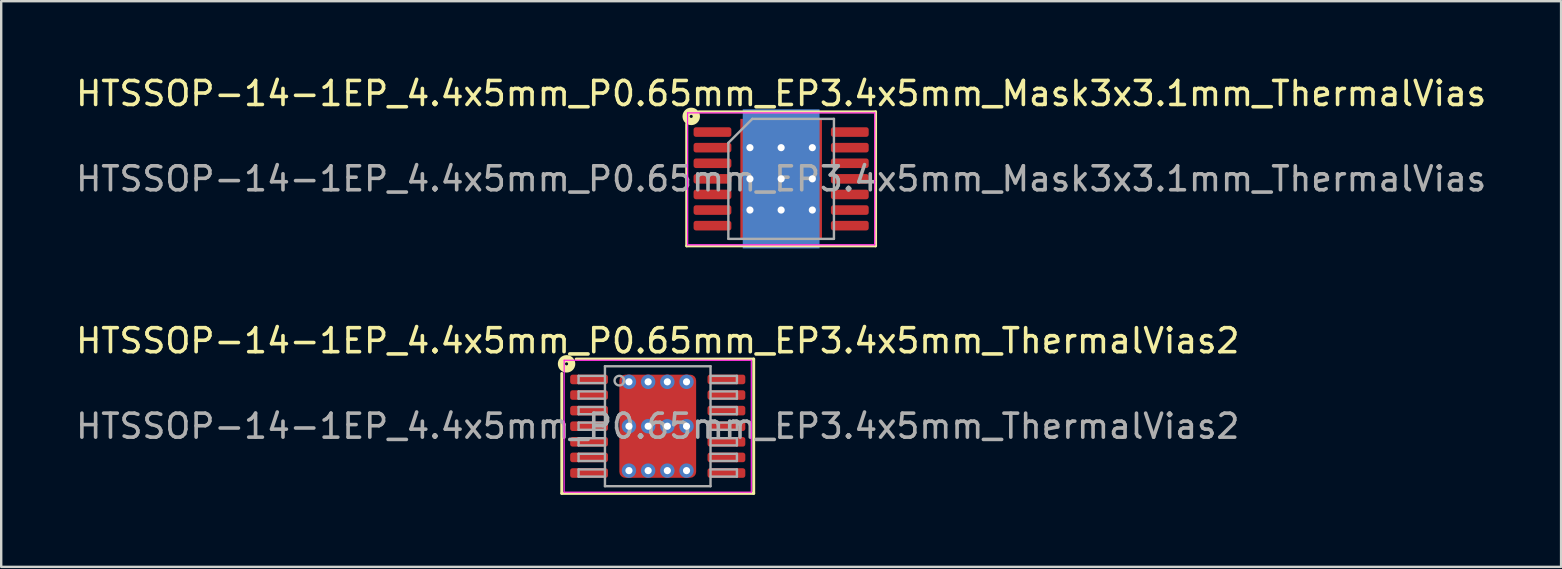
<source format=kicad_pcb>
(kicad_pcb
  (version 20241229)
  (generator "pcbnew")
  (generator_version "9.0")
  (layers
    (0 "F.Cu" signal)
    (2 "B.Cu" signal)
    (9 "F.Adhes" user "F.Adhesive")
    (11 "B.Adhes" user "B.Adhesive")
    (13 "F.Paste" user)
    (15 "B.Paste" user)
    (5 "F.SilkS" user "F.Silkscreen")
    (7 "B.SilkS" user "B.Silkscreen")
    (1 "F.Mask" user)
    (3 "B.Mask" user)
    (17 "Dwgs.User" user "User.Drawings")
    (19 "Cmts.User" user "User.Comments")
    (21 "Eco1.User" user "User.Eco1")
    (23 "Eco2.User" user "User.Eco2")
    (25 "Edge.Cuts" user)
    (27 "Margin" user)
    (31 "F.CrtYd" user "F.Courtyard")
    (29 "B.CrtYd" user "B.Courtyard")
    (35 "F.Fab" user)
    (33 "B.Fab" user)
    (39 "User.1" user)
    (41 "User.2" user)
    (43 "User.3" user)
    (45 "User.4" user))
  (footprint "HTSSOP-14-1EP_4.4x5mm_P0.65mm_EP3.4x5mm_ThermalVias2"
    (layer "F.Cu")
    (at 24.363 14.714)
    (property "Reference" "HTSSOP-14-1EP_4.4x5mm_P0.65mm_EP3.4x5mm_ThermalVias2" (at 0 -3.562 0) (layer "F.SilkS") (effects (font (size 1 1) (thickness 0.15))))
    (attr smd)
    (fp_line (start -4 -2.2) (end -4 2.8) (stroke (width 0.12) (type solid)) (layer "F.SilkS"))
    (fp_line (start -4 2.8) (end 4 2.8) (stroke (width 0.12) (type solid)) (layer "F.SilkS"))
    (fp_line (start 4 -2.8) (end -3.4 -2.8) (stroke (width 0.12) (type solid)) (layer "F.SilkS"))
    (fp_line (start 4 2.8) (end 4 -2.8) (stroke (width 0.12) (type solid)) (layer "F.SilkS"))
    (fp_circle (center -3.8 -2.6) (end -3.736 -2.6) (stroke (width 0.3) (type solid)) (fill no) (layer "F.SilkS"))
    (fp_line (start -3.9 -2.75) (end -3.9 2.75) (stroke (width 0.05) (type solid)) (layer "F.CrtYd"))
    (fp_line (start -3.9 2.75) (end 3.9 2.75) (stroke (width 0.05) (type solid)) (layer "F.CrtYd"))
    (fp_line (start 3.9 -2.75) (end -3.9 -2.75) (stroke (width 0.05) (type solid)) (layer "F.CrtYd"))
    (fp_line (start 3.9 2.75) (end 3.9 -2.75) (stroke (width 0.05) (type solid)) (layer "F.CrtYd"))
    (fp_line (start -3.3 -2.1) (end -3.3 -1.8) (stroke (width 0.1) (type solid)) (layer "F.Fab"))
    (fp_line (start -3.3 -2.1) (end -2.2 -2.1) (stroke (width 0.1) (type solid)) (layer "F.Fab"))
    (fp_line (start -3.3 -1.8) (end -2.2 -1.8) (stroke (width 0.1) (type solid)) (layer "F.Fab"))
    (fp_line (start -3.3 -1.45) (end -3.3 -1.15) (stroke (width 0.1) (type solid)) (layer "F.Fab"))
    (fp_line (start -3.3 -1.45) (end -2.2 -1.45) (stroke (width 0.1) (type solid)) (layer "F.Fab"))
    (fp_line (start -3.3 -1.15) (end -2.2 -1.15) (stroke (width 0.1) (type solid)) (layer "F.Fab"))
    (fp_line (start -3.3 -0.8) (end -3.3 -0.5) (stroke (width 0.1) (type solid)) (layer "F.Fab"))
    (fp_line (start -3.3 -0.8) (end -2.2 -0.8) (stroke (width 0.1) (type solid)) (layer "F.Fab"))
    (fp_line (start -3.3 -0.5) (end -2.2 -0.5) (stroke (width 0.1) (type solid)) (layer "F.Fab"))
    (fp_line (start -3.3 -0.15) (end -3.3 0.15) (stroke (width 0.1) (type solid)) (layer "F.Fab"))
    (fp_line (start -3.3 -0.15) (end -2.2 -0.15) (stroke (width 0.1) (type solid)) (layer "F.Fab"))
    (fp_line (start -3.3 0.15) (end -2.2 0.15) (stroke (width 0.1) (type solid)) (layer "F.Fab"))
    (fp_line (start -3.3 0.5) (end -3.3 0.8) (stroke (width 0.1) (type solid)) (layer "F.Fab"))
    (fp_line (start -3.3 0.5) (end -2.2 0.5) (stroke (width 0.1) (type solid)) (layer "F.Fab"))
    (fp_line (start -3.3 0.8) (end -2.2 0.8) (stroke (width 0.1) (type solid)) (layer "F.Fab"))
    (fp_line (start -3.3 1.15) (end -3.3 1.45) (stroke (width 0.1) (type solid)) (layer "F.Fab"))
    (fp_line (start -3.3 1.15) (end -2.2 1.15) (stroke (width 0.1) (type solid)) (layer "F.Fab"))
    (fp_line (start -3.3 1.45) (end -2.2 1.45) (stroke (width 0.1) (type solid)) (layer "F.Fab"))
    (fp_line (start -3.3 1.8) (end -3.3 2.1) (stroke (width 0.1) (type solid)) (layer "F.Fab"))
    (fp_line (start -3.3 1.8) (end -2.2 1.8) (stroke (width 0.1) (type solid)) (layer "F.Fab"))
    (fp_line (start -3.3 2.1) (end -2.2 2.1) (stroke (width 0.1) (type solid)) (layer "F.Fab"))
    (fp_line (start -2.2 -2.5) (end 2.2 -2.5) (stroke (width 0.1) (type solid)) (layer "F.Fab"))
    (fp_line (start -2.2 2.5) (end -2.2 -2.5) (stroke (width 0.1) (type solid)) (layer "F.Fab"))
    (fp_line (start 2.2 -2.5) (end 2.2 2.5) (stroke (width 0.1) (type solid)) (layer "F.Fab"))
    (fp_line (start 2.2 2.5) (end -2.2 2.5) (stroke (width 0.1) (type solid)) (layer "F.Fab"))
    (fp_line (start 3.3 -2.1) (end 2.2 -2.1) (stroke (width 0.1) (type solid)) (layer "F.Fab"))
    (fp_line (start 3.3 -1.8) (end 2.2 -1.8) (stroke (width 0.1) (type solid)) (layer "F.Fab"))
    (fp_line (start 3.3 -1.8) (end 3.3 -2.1) (stroke (width 0.1) (type solid)) (layer "F.Fab"))
    (fp_line (start 3.3 -1.45) (end 2.2 -1.45) (stroke (width 0.1) (type solid)) (layer "F.Fab"))
    (fp_line (start 3.3 -1.15) (end 2.2 -1.15) (stroke (width 0.1) (type solid)) (layer "F.Fab"))
    (fp_line (start 3.3 -1.15) (end 3.3 -1.45) (stroke (width 0.1) (type solid)) (layer "F.Fab"))
    (fp_line (start 3.3 -0.8) (end 2.2 -0.8) (stroke (width 0.1) (type solid)) (layer "F.Fab"))
    (fp_line (start 3.3 -0.5) (end 2.2 -0.5) (stroke (width 0.1) (type solid)) (layer "F.Fab"))
    (fp_line (start 3.3 -0.5) (end 3.3 -0.8) (stroke (width 0.1) (type solid)) (layer "F.Fab"))
    (fp_line (start 3.3 -0.15) (end 2.2 -0.15) (stroke (width 0.1) (type solid)) (layer "F.Fab"))
    (fp_line (start 3.3 0.15) (end 2.2 0.15) (stroke (width 0.1) (type solid)) (layer "F.Fab"))
    (fp_line (start 3.3 0.15) (end 3.3 -0.15) (stroke (width 0.1) (type solid)) (layer "F.Fab"))
    (fp_line (start 3.3 0.5) (end 2.2 0.5) (stroke (width 0.1) (type solid)) (layer "F.Fab"))
    (fp_line (start 3.3 0.8) (end 2.2 0.8) (stroke (width 0.1) (type solid)) (layer "F.Fab"))
    (fp_line (start 3.3 0.8) (end 3.3 0.5) (stroke (width 0.1) (type solid)) (layer "F.Fab"))
    (fp_line (start 3.3 1.15) (end 2.2 1.15) (stroke (width 0.1) (type solid)) (layer "F.Fab"))
    (fp_line (start 3.3 1.45) (end 2.2 1.45) (stroke (width 0.1) (type solid)) (layer "F.Fab"))
    (fp_line (start 3.3 1.45) (end 3.3 1.15) (stroke (width 0.1) (type solid)) (layer "F.Fab"))
    (fp_line (start 3.3 1.8) (end 2.2 1.8) (stroke (width 0.1) (type solid)) (layer "F.Fab"))
    (fp_line (start 3.3 2.1) (end 2.2 2.1) (stroke (width 0.1) (type solid)) (layer "F.Fab"))
    (fp_line (start 3.3 2.1) (end 3.3 1.8) (stroke (width 0.1) (type solid)) (layer "F.Fab"))
    (fp_circle (center -1.6 -1.9) (end -1.4 -1.9) (stroke (width 0.1) (type solid)) (fill no) (layer "F.Fab"))
    (fp_text user "${REFERENCE}" (at 0 0 0) (layer "F.Fab") (effects (font (size 1 1) (thickness 0.15))))
    (pad "" smd roundrect (at -0.725 -0.925) (size 1.15 0.95) (layers "F.Paste") (roundrect_rratio 0.25))
    (pad "" smd roundrect (at -0.725 0.925) (size 1.15 0.95) (layers "F.Paste") (roundrect_rratio 0.25))
    (pad "" smd roundrect (at 0 -0.925) (size 3 1.25) (layers "F.Mask") (roundrect_rratio 0.2))
    (pad "" smd roundrect (at 0 0.925) (size 3 1.25) (layers "F.Mask") (roundrect_rratio 0.2))
    (pad "" smd roundrect (at 0.725 -0.925) (size 1.15 0.95) (layers "F.Paste") (roundrect_rratio 0.25))
    (pad "" smd roundrect (at 0.725 0.925) (size 1.15 0.95) (layers "F.Paste") (roundrect_rratio 0.25))
    (pad "1" smd roundrect (at -2.862 -1.95) (size 1.575 0.4) (layers "F.Cu" "F.Mask" "F.Paste") (roundrect_rratio 0.25))
    (pad "2" smd roundrect (at -2.862 -1.3) (size 1.575 0.4) (layers "F.Cu" "F.Mask" "F.Paste") (roundrect_rratio 0.25))
    (pad "3" smd roundrect (at -2.862 -0.65) (size 1.575 0.4) (layers "F.Cu" "F.Mask" "F.Paste") (roundrect_rratio 0.25))
    (pad "4" smd roundrect (at -2.862 0) (size 1.575 0.4) (layers "F.Cu" "F.Mask" "F.Paste") (roundrect_rratio 0.25))
    (pad "5" smd roundrect (at -2.862 0.65) (size 1.575 0.4) (layers "F.Cu" "F.Mask" "F.Paste") (roundrect_rratio 0.25))
    (pad "6" smd roundrect (at -2.862 1.3) (size 1.575 0.4) (layers "F.Cu" "F.Mask" "F.Paste") (roundrect_rratio 0.25))
    (pad "7" smd roundrect (at -2.862 1.95) (size 1.575 0.4) (layers "F.Cu" "F.Mask" "F.Paste") (roundrect_rratio 0.25))
    (pad "8" smd roundrect (at 2.862 1.95) (size 1.575 0.4) (layers "F.Cu" "F.Mask" "F.Paste") (roundrect_rratio 0.25))
    (pad "9" smd roundrect (at 2.862 1.3) (size 1.575 0.4) (layers "F.Cu" "F.Mask" "F.Paste") (roundrect_rratio 0.25))
    (pad "10" smd roundrect (at 2.862 0.65) (size 1.575 0.4) (layers "F.Cu" "F.Mask" "F.Paste") (roundrect_rratio 0.25))
    (pad "11" smd roundrect (at 2.862 0) (size 1.575 0.4) (layers "F.Cu" "F.Mask" "F.Paste") (roundrect_rratio 0.25))
    (pad "12" smd roundrect (at 2.862 -0.65) (size 1.575 0.4) (layers "F.Cu" "F.Mask" "F.Paste") (roundrect_rratio 0.25))
    (pad "13" smd roundrect (at 2.862 -1.3) (size 1.575 0.4) (layers "F.Cu" "F.Mask" "F.Paste") (roundrect_rratio 0.25))
    (pad "14" smd roundrect (at 2.862 -1.95) (size 1.575 0.4) (layers "F.Cu" "F.Mask" "F.Paste") (roundrect_rratio 0.25))
    (pad "15" thru_hole circle (at -1.2 -1.85) (size 0.6 0.6) (drill 0.3) (property pad_prop_heatsink) (layers "*.Cu" "*.Mask"))
    (pad "15" thru_hole circle (at -1.2 0) (size 0.6 0.6) (drill 0.3) (property pad_prop_heatsink) (layers "*.Cu" "*.Mask"))
    (pad "15" thru_hole circle (at -1.2 1.85) (size 0.6 0.6) (drill 0.3) (property pad_prop_heatsink) (layers "*.Cu" "*.Mask"))
    (pad "15" thru_hole circle (at -0.4 -1.85) (size 0.6 0.6) (drill 0.3) (property pad_prop_heatsink) (layers "*.Cu" "*.Mask"))
    (pad "15" thru_hole circle (at -0.4 0) (size 0.6 0.6) (drill 0.3) (property pad_prop_heatsink) (layers "*.Cu" "*.Mask"))
    (pad "15" thru_hole circle (at -0.4 1.85) (size 0.6 0.6) (drill 0.3) (property pad_prop_heatsink) (layers "*.Cu" "*.Mask"))
    (pad "15" smd roundrect (at 0 0) (size 3.2 4.3) (layers "F.Cu") (roundrect_rratio 0.078))
    (pad "15" thru_hole circle (at 0.4 -1.85) (size 0.6 0.6) (drill 0.3) (property pad_prop_heatsink) (layers "*.Cu" "*.Mask"))
    (pad "15" thru_hole circle (at 0.4 0) (size 0.6 0.6) (drill 0.3) (property pad_prop_heatsink) (layers "*.Cu" "*.Mask"))
    (pad "15" thru_hole circle (at 0.4 1.85) (size 0.6 0.6) (drill 0.3) (property pad_prop_heatsink) (layers "*.Cu" "*.Mask"))
    (pad "15" thru_hole circle (at 1.2 -1.85) (size 0.6 0.6) (drill 0.3) (property pad_prop_heatsink) (layers "*.Cu" "*.Mask"))
    (pad "15" thru_hole circle (at 1.2 0) (size 0.6 0.6) (drill 0.3) (property pad_prop_heatsink) (layers "*.Cu" "*.Mask"))
    (pad "15" thru_hole circle (at 1.2 1.85) (size 0.6 0.6) (drill 0.3) (property pad_prop_heatsink) (layers "*.Cu" "*.Mask")))
  (footprint "HTSSOP-14-1EP_4.4x5mm_P0.65mm_EP3.4x5mm_Mask3x3.1mm_ThermalVias"
    (layer "F.Cu")
    (at 29.506 4.404)
    (property "Reference" "HTSSOP-14-1EP_4.4x5mm_P0.65mm_EP3.4x5mm_Mask3x3.1mm_ThermalVias" (at 0 -3.556 0) (layer "F.SilkS") (effects (font (size 1 1) (thickness 0.15))))
    (attr smd)
    (fp_line (start -3.937 -2.286) (end -3.937 2.794) (stroke (width 0.12) (type solid)) (layer "F.SilkS"))
    (fp_line (start -3.937 2.794) (end 3.937 2.794) (stroke (width 0.12) (type solid)) (layer "F.SilkS"))
    (fp_line (start 3.937 -2.794) (end -3.429 -2.794) (stroke (width 0.12) (type solid)) (layer "F.SilkS"))
    (fp_line (start 3.937 2.794) (end 3.937 -2.794) (stroke (width 0.12) (type solid)) (layer "F.SilkS"))
    (fp_circle (center -3.747 -2.603) (end -3.683 -2.603) (stroke (width 0.3) (type solid)) (fill no) (layer "F.SilkS"))
    (fp_line (start -3.9 -2.75) (end -3.9 2.75) (stroke (width 0.05) (type solid)) (layer "F.CrtYd"))
    (fp_line (start -3.9 2.75) (end 3.9 2.75) (stroke (width 0.05) (type solid)) (layer "F.CrtYd"))
    (fp_line (start 3.9 -2.75) (end -3.9 -2.75) (stroke (width 0.05) (type solid)) (layer "F.CrtYd"))
    (fp_line (start 3.9 2.75) (end 3.9 -2.75) (stroke (width 0.05) (type solid)) (layer "F.CrtYd"))
    (fp_line (start -2.2 -1.5) (end -1.2 -2.5) (stroke (width 0.1) (type solid)) (layer "F.Fab"))
    (fp_line (start -2.2 2.5) (end -2.2 -1.5) (stroke (width 0.1) (type solid)) (layer "F.Fab"))
    (fp_line (start -1.2 -2.5) (end 2.2 -2.5) (stroke (width 0.1) (type solid)) (layer "F.Fab"))
    (fp_line (start 2.2 -2.5) (end 2.2 2.5) (stroke (width 0.1) (type solid)) (layer "F.Fab"))
    (fp_line (start 2.2 2.5) (end -2.2 2.5) (stroke (width 0.1) (type solid)) (layer "F.Fab"))
    (fp_text user "${REFERENCE}" (at 0 0 0) (layer "F.Fab") (effects (font (size 1 1) (thickness 0.15))))
    (pad "" smd roundrect (at -0.75 -0.775) (size 1.21 1.25) (layers "F.Paste") (roundrect_rratio 0.207))
    (pad "" smd roundrect (at -0.75 0.775) (size 1.21 1.25) (layers "F.Paste") (roundrect_rratio 0.207))
    (pad "" smd rect (at 0 0) (size 3 3.1) (layers "F.Mask"))
    (pad "" smd roundrect (at 0.75 -0.775) (size 1.21 1.25) (layers "F.Paste") (roundrect_rratio 0.207))
    (pad "" smd roundrect (at 0.75 0.775) (size 1.21 1.25) (layers "F.Paste") (roundrect_rratio 0.207))
    (pad "1" smd roundrect (at -2.862 -1.95) (size 1.575 0.4) (layers "F.Cu" "F.Mask" "F.Paste") (roundrect_rratio 0.25))
    (pad "2" smd roundrect (at -2.862 -1.3) (size 1.575 0.4) (layers "F.Cu" "F.Mask" "F.Paste") (roundrect_rratio 0.25))
    (pad "3" smd roundrect (at -2.862 -0.65) (size 1.575 0.4) (layers "F.Cu" "F.Mask" "F.Paste") (roundrect_rratio 0.25))
    (pad "4" smd roundrect (at -2.862 0) (size 1.575 0.4) (layers "F.Cu" "F.Mask" "F.Paste") (roundrect_rratio 0.25))
    (pad "5" smd roundrect (at -2.862 0.65) (size 1.575 0.4) (layers "F.Cu" "F.Mask" "F.Paste") (roundrect_rratio 0.25))
    (pad "6" smd roundrect (at -2.862 1.3) (size 1.575 0.4) (layers "F.Cu" "F.Mask" "F.Paste") (roundrect_rratio 0.25))
    (pad "7" smd roundrect (at -2.862 1.95) (size 1.575 0.4) (layers "F.Cu" "F.Mask" "F.Paste") (roundrect_rratio 0.25))
    (pad "8" smd roundrect (at 2.862 1.95) (size 1.575 0.4) (layers "F.Cu" "F.Mask" "F.Paste") (roundrect_rratio 0.25))
    (pad "9" smd roundrect (at 2.862 1.3) (size 1.575 0.4) (layers "F.Cu" "F.Mask" "F.Paste") (roundrect_rratio 0.25))
    (pad "10" smd roundrect (at 2.862 0.65) (size 1.575 0.4) (layers "F.Cu" "F.Mask" "F.Paste") (roundrect_rratio 0.25))
    (pad "11" smd roundrect (at 2.862 0) (size 1.575 0.4) (layers "F.Cu" "F.Mask" "F.Paste") (roundrect_rratio 0.25))
    (pad "12" smd roundrect (at 2.862 -0.65) (size 1.575 0.4) (layers "F.Cu" "F.Mask" "F.Paste") (roundrect_rratio 0.25))
    (pad "13" smd roundrect (at 2.862 -1.3) (size 1.575 0.4) (layers "F.Cu" "F.Mask" "F.Paste") (roundrect_rratio 0.25))
    (pad "14" smd roundrect (at 2.862 -1.95) (size 1.575 0.4) (layers "F.Cu" "F.Mask" "F.Paste") (roundrect_rratio 0.25))
    (pad "15" thru_hole circle (at -1.3 -1.3) (size 0.6 0.6) (drill 0.3) (layers "*.Cu"))
    (pad "15" thru_hole circle (at -1.3 0) (size 0.6 0.6) (drill 0.3) (layers "*.Cu"))
    (pad "15" thru_hole circle (at -1.3 1.3) (size 0.6 0.6) (drill 0.3) (layers "*.Cu"))
    (pad "15" thru_hole circle (at 0 -1.3) (size 0.6 0.6) (drill 0.3) (layers "*.Cu"))
    (pad "15" thru_hole circle (at 0 0) (size 0.6 0.6) (drill 0.3) (layers "*.Cu"))
    (pad "15" smd rect (at 0 0) (size 3.2 5.8) (layers "B.Cu" "B.Mask"))
    (pad "15" smd rect (at 0 0) (size 3.4 5) (layers "F.Cu"))
    (pad "15" thru_hole circle (at 0 1.3) (size 0.6 0.6) (drill 0.3) (layers "*.Cu"))
    (pad "15" thru_hole circle (at 1.3 -1.3) (size 0.6 0.6) (drill 0.3) (layers "*.Cu"))
    (pad "15" thru_hole circle (at 1.3 0) (size 0.6 0.6) (drill 0.3) (layers "*.Cu"))
    (pad "15" thru_hole circle (at 1.3 1.3) (size 0.6 0.6) (drill 0.3) (layers "*.Cu")))
  (gr_rect
    (start -3 -3)
    (end 62.012 20.575)
    (stroke (width 0.1) (type default))
    (fill no)
    (layer "Edge.Cuts")))
</source>
